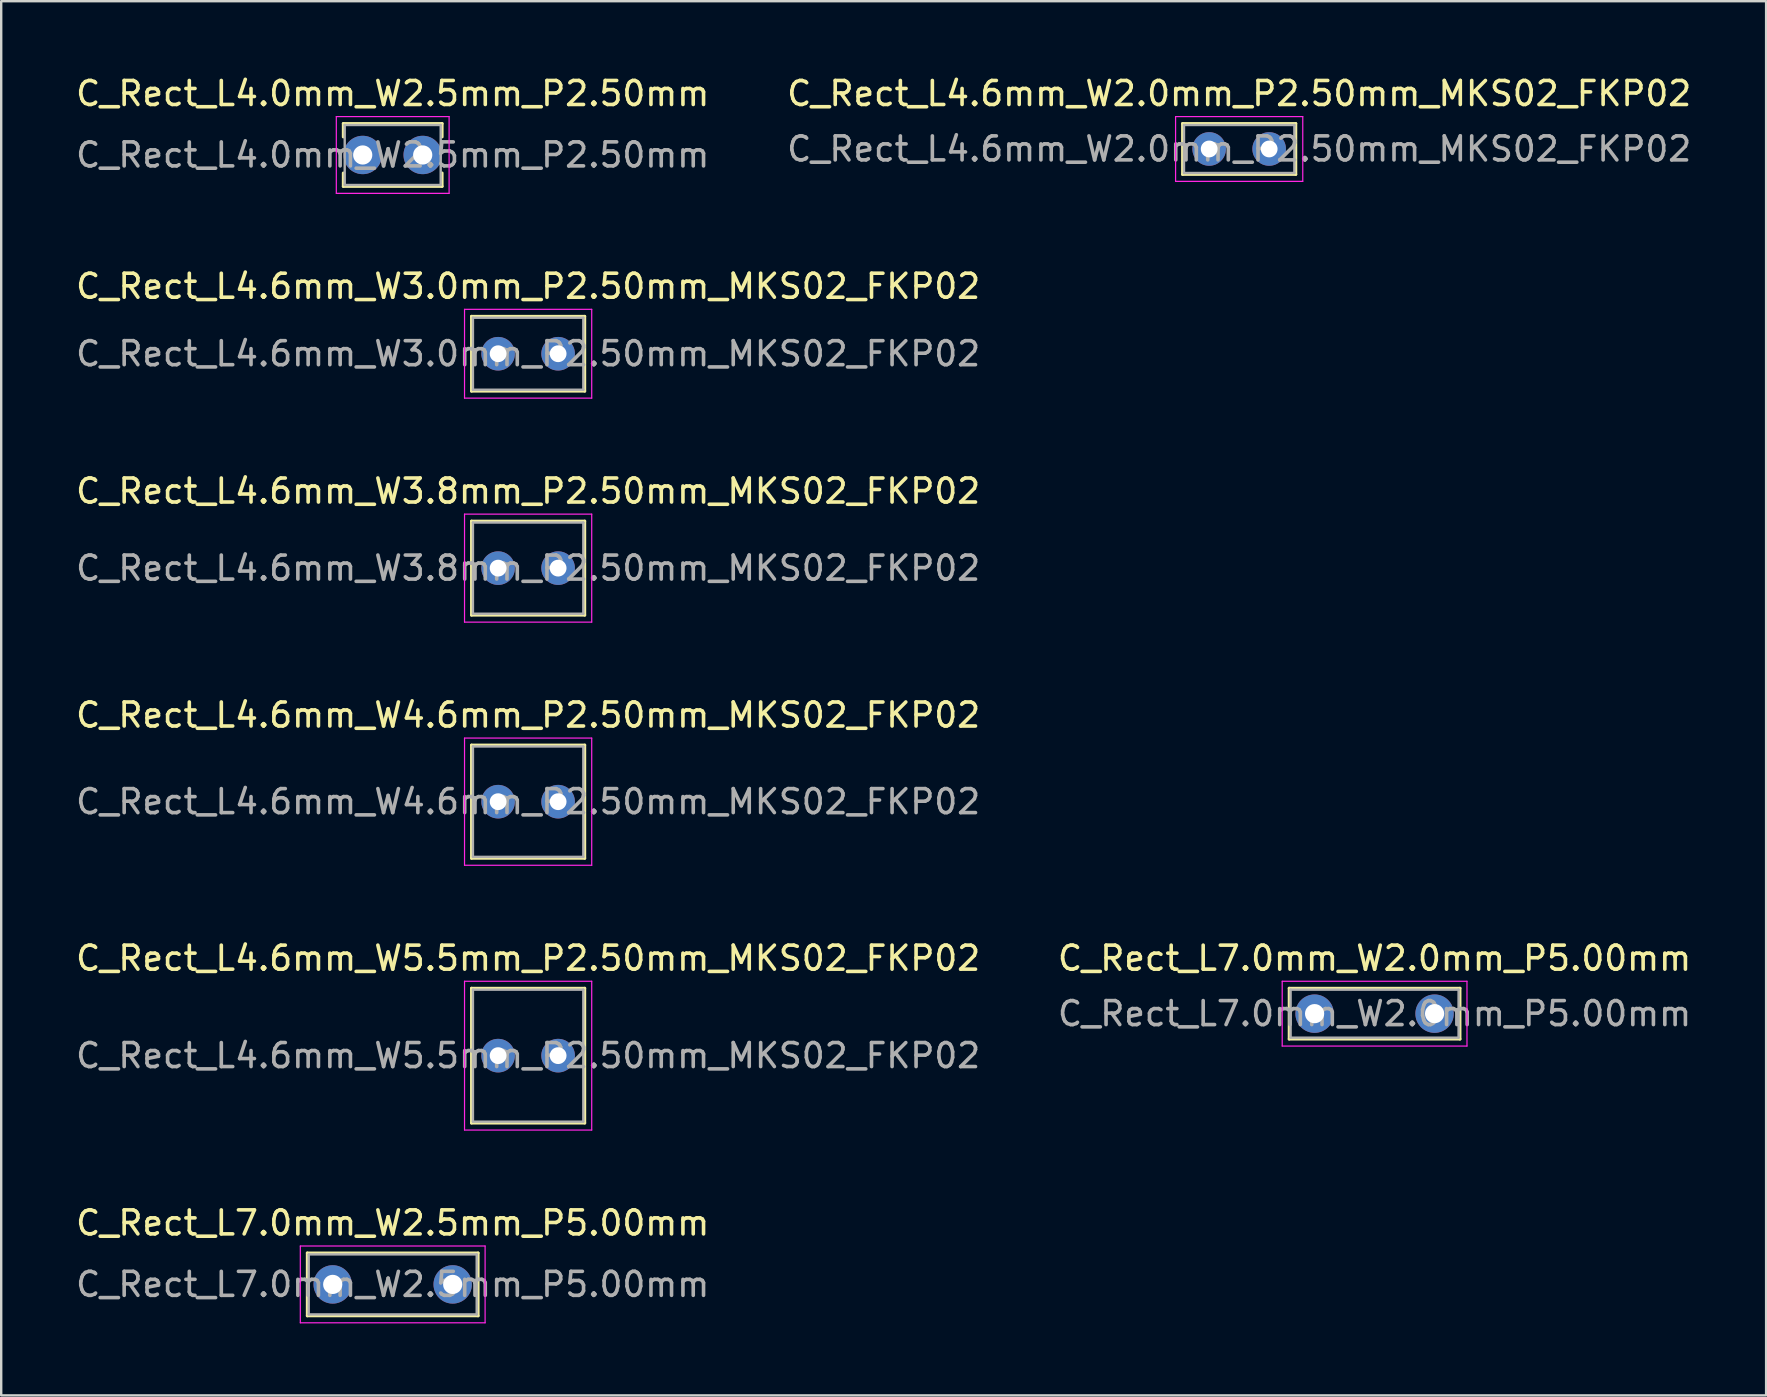
<source format=kicad_pcb>
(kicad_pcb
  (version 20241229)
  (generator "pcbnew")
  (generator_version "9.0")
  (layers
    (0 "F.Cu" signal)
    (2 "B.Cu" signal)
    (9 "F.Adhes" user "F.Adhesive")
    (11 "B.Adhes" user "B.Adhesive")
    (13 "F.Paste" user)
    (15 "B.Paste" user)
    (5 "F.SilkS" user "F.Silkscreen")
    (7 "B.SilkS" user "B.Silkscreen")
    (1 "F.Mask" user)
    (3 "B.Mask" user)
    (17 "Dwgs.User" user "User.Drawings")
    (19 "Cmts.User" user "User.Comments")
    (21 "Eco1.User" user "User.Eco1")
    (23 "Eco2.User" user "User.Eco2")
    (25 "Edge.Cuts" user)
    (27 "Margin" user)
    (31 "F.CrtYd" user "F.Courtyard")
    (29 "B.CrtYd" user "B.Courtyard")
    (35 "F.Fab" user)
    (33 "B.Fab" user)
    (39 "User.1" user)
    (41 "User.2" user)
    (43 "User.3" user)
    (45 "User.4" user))
  (footprint "C_Rect_L7.0mm_W2.0mm_P5.00mm"
    (layer "F.Cu")
    (at 51.732 39.191)
    (property "Reference" "C_Rect_L7.0mm_W2.0mm_P5.00mm" (at 2.5 -2.31 0) (layer "F.SilkS") (effects (font (size 1 1) (thickness 0.15))))
    (attr through_hole)
    (fp_line (start -1.06 -1.06) (end -1.06 1.06) (stroke (width 0.12) (type solid)) (layer "F.SilkS"))
    (fp_line (start -1.06 -1.06) (end 6.06 -1.06) (stroke (width 0.12) (type solid)) (layer "F.SilkS"))
    (fp_line (start -1.06 1.06) (end 6.06 1.06) (stroke (width 0.12) (type solid)) (layer "F.SilkS"))
    (fp_line (start 6.06 -1.06) (end 6.06 1.06) (stroke (width 0.12) (type solid)) (layer "F.SilkS"))
    (fp_line (start -1.35 -1.35) (end -1.35 1.35) (stroke (width 0.05) (type solid)) (layer "F.CrtYd"))
    (fp_line (start -1.35 1.35) (end 6.35 1.35) (stroke (width 0.05) (type solid)) (layer "F.CrtYd"))
    (fp_line (start 6.35 -1.35) (end -1.35 -1.35) (stroke (width 0.05) (type solid)) (layer "F.CrtYd"))
    (fp_line (start 6.35 1.35) (end 6.35 -1.35) (stroke (width 0.05) (type solid)) (layer "F.CrtYd"))
    (fp_line (start -1 -1) (end -1 1) (stroke (width 0.1) (type solid)) (layer "F.Fab"))
    (fp_line (start -1 1) (end 6 1) (stroke (width 0.1) (type solid)) (layer "F.Fab"))
    (fp_line (start 6 -1) (end -1 -1) (stroke (width 0.1) (type solid)) (layer "F.Fab"))
    (fp_line (start 6 1) (end 6 -1) (stroke (width 0.1) (type solid)) (layer "F.Fab"))
    (fp_text user "${REFERENCE}" (at 2.5 0 0) (layer "F.Fab") (effects (font (size 1 1) (thickness 0.15))))
    (pad "1" thru_hole circle (at 0 0) (size 1.6 1.6) (drill 0.8) (layers "*.Cu" "*.Mask"))
    (pad "2" thru_hole circle (at 5 0) (size 1.6 1.6) (drill 0.8) (layers "*.Cu" "*.Mask")))
  (footprint "C_Rect_L7.0mm_W2.5mm_P5.00mm"
    (layer "F.Cu")
    (at 10.815 50.474)
    (property "Reference" "C_Rect_L7.0mm_W2.5mm_P5.00mm" (at 2.5 -2.56 0) (layer "F.SilkS") (effects (font (size 1 1) (thickness 0.15))))
    (attr through_hole)
    (fp_line (start -1.06 -1.31) (end -1.06 1.31) (stroke (width 0.12) (type solid)) (layer "F.SilkS"))
    (fp_line (start -1.06 -1.31) (end 6.06 -1.31) (stroke (width 0.12) (type solid)) (layer "F.SilkS"))
    (fp_line (start -1.06 1.31) (end 6.06 1.31) (stroke (width 0.12) (type solid)) (layer "F.SilkS"))
    (fp_line (start 6.06 -1.31) (end 6.06 1.31) (stroke (width 0.12) (type solid)) (layer "F.SilkS"))
    (fp_line (start -1.35 -1.6) (end -1.35 1.6) (stroke (width 0.05) (type solid)) (layer "F.CrtYd"))
    (fp_line (start -1.35 1.6) (end 6.35 1.6) (stroke (width 0.05) (type solid)) (layer "F.CrtYd"))
    (fp_line (start 6.35 -1.6) (end -1.35 -1.6) (stroke (width 0.05) (type solid)) (layer "F.CrtYd"))
    (fp_line (start 6.35 1.6) (end 6.35 -1.6) (stroke (width 0.05) (type solid)) (layer "F.CrtYd"))
    (fp_line (start -1 -1.25) (end -1 1.25) (stroke (width 0.1) (type solid)) (layer "F.Fab"))
    (fp_line (start -1 1.25) (end 6 1.25) (stroke (width 0.1) (type solid)) (layer "F.Fab"))
    (fp_line (start 6 -1.25) (end -1 -1.25) (stroke (width 0.1) (type solid)) (layer "F.Fab"))
    (fp_line (start 6 1.25) (end 6 -1.25) (stroke (width 0.1) (type solid)) (layer "F.Fab"))
    (fp_text user "${REFERENCE}" (at 2.5 0 0) (layer "F.Fab") (effects (font (size 1 1) (thickness 0.15))))
    (pad "1" thru_hole circle (at 0 0) (size 1.6 1.6) (drill 0.8) (layers "*.Cu" "*.Mask"))
    (pad "2" thru_hole circle (at 5 0) (size 1.6 1.6) (drill 0.8) (layers "*.Cu" "*.Mask")))
  (footprint "C_Rect_L4.6mm_W3.8mm_P2.50mm_MKS02_FKP02"
    (layer "F.Cu")
    (at 17.708 20.625)
    (property "Reference" "C_Rect_L4.6mm_W3.8mm_P2.50mm_MKS02_FKP02" (at 1.25 -3.21 0) (layer "F.SilkS") (effects (font (size 1 1) (thickness 0.15))))
    (attr through_hole)
    (fp_line (start -1.11 -1.96) (end -1.11 1.96) (stroke (width 0.12) (type solid)) (layer "F.SilkS"))
    (fp_line (start -1.11 -1.96) (end 3.61 -1.96) (stroke (width 0.12) (type solid)) (layer "F.SilkS"))
    (fp_line (start -1.11 1.96) (end 3.61 1.96) (stroke (width 0.12) (type solid)) (layer "F.SilkS"))
    (fp_line (start 3.61 -1.96) (end 3.61 1.96) (stroke (width 0.12) (type solid)) (layer "F.SilkS"))
    (fp_line (start -1.4 -2.25) (end -1.4 2.25) (stroke (width 0.05) (type solid)) (layer "F.CrtYd"))
    (fp_line (start -1.4 2.25) (end 3.9 2.25) (stroke (width 0.05) (type solid)) (layer "F.CrtYd"))
    (fp_line (start 3.9 -2.25) (end -1.4 -2.25) (stroke (width 0.05) (type solid)) (layer "F.CrtYd"))
    (fp_line (start 3.9 2.25) (end 3.9 -2.25) (stroke (width 0.05) (type solid)) (layer "F.CrtYd"))
    (fp_line (start -1.05 -1.9) (end -1.05 1.9) (stroke (width 0.1) (type solid)) (layer "F.Fab"))
    (fp_line (start -1.05 1.9) (end 3.55 1.9) (stroke (width 0.1) (type solid)) (layer "F.Fab"))
    (fp_line (start 3.55 -1.9) (end -1.05 -1.9) (stroke (width 0.1) (type solid)) (layer "F.Fab"))
    (fp_line (start 3.55 1.9) (end 3.55 -1.9) (stroke (width 0.1) (type solid)) (layer "F.Fab"))
    (fp_text user "${REFERENCE}" (at 1.25 0 0) (layer "F.Fab") (effects (font (size 1 1) (thickness 0.15))))
    (pad "1" thru_hole circle (at 0 0) (size 1.4 1.4) (drill 0.7) (layers "*.Cu" "*.Mask"))
    (pad "2" thru_hole circle (at 2.5 0) (size 1.4 1.4) (drill 0.7) (layers "*.Cu" "*.Mask")))
  (footprint "C_Rect_L4.6mm_W3.0mm_P2.50mm_MKS02_FKP02"
    (layer "F.Cu")
    (at 17.708 11.691)
    (property "Reference" "C_Rect_L4.6mm_W3.0mm_P2.50mm_MKS02_FKP02" (at 1.25 -2.81 0) (layer "F.SilkS") (effects (font (size 1 1) (thickness 0.15))))
    (attr through_hole)
    (fp_line (start -1.11 -1.56) (end -1.11 1.56) (stroke (width 0.12) (type solid)) (layer "F.SilkS"))
    (fp_line (start -1.11 -1.56) (end 3.61 -1.56) (stroke (width 0.12) (type solid)) (layer "F.SilkS"))
    (fp_line (start -1.11 1.56) (end 3.61 1.56) (stroke (width 0.12) (type solid)) (layer "F.SilkS"))
    (fp_line (start 3.61 -1.56) (end 3.61 1.56) (stroke (width 0.12) (type solid)) (layer "F.SilkS"))
    (fp_line (start -1.4 -1.85) (end -1.4 1.85) (stroke (width 0.05) (type solid)) (layer "F.CrtYd"))
    (fp_line (start -1.4 1.85) (end 3.9 1.85) (stroke (width 0.05) (type solid)) (layer "F.CrtYd"))
    (fp_line (start 3.9 -1.85) (end -1.4 -1.85) (stroke (width 0.05) (type solid)) (layer "F.CrtYd"))
    (fp_line (start 3.9 1.85) (end 3.9 -1.85) (stroke (width 0.05) (type solid)) (layer "F.CrtYd"))
    (fp_line (start -1.05 -1.5) (end -1.05 1.5) (stroke (width 0.1) (type solid)) (layer "F.Fab"))
    (fp_line (start -1.05 1.5) (end 3.55 1.5) (stroke (width 0.1) (type solid)) (layer "F.Fab"))
    (fp_line (start 3.55 -1.5) (end -1.05 -1.5) (stroke (width 0.1) (type solid)) (layer "F.Fab"))
    (fp_line (start 3.55 1.5) (end 3.55 -1.5) (stroke (width 0.1) (type solid)) (layer "F.Fab"))
    (fp_text user "${REFERENCE}" (at 1.25 0 0) (layer "F.Fab") (effects (font (size 1 1) (thickness 0.15))))
    (pad "1" thru_hole circle (at 0 0) (size 1.4 1.4) (drill 0.7) (layers "*.Cu" "*.Mask"))
    (pad "2" thru_hole circle (at 2.5 0) (size 1.4 1.4) (drill 0.7) (layers "*.Cu" "*.Mask")))
  (footprint "C_Rect_L4.6mm_W4.6mm_P2.50mm_MKS02_FKP02"
    (layer "F.Cu")
    (at 17.708 30.358)
    (property "Reference" "C_Rect_L4.6mm_W4.6mm_P2.50mm_MKS02_FKP02" (at 1.25 -3.61 0) (layer "F.SilkS") (effects (font (size 1 1) (thickness 0.15))))
    (attr through_hole)
    (fp_line (start -1.11 -2.36) (end -1.11 2.36) (stroke (width 0.12) (type solid)) (layer "F.SilkS"))
    (fp_line (start -1.11 -2.36) (end 3.61 -2.36) (stroke (width 0.12) (type solid)) (layer "F.SilkS"))
    (fp_line (start -1.11 2.36) (end 3.61 2.36) (stroke (width 0.12) (type solid)) (layer "F.SilkS"))
    (fp_line (start 3.61 -2.36) (end 3.61 2.36) (stroke (width 0.12) (type solid)) (layer "F.SilkS"))
    (fp_line (start -1.4 -2.65) (end -1.4 2.65) (stroke (width 0.05) (type solid)) (layer "F.CrtYd"))
    (fp_line (start -1.4 2.65) (end 3.9 2.65) (stroke (width 0.05) (type solid)) (layer "F.CrtYd"))
    (fp_line (start 3.9 -2.65) (end -1.4 -2.65) (stroke (width 0.05) (type solid)) (layer "F.CrtYd"))
    (fp_line (start 3.9 2.65) (end 3.9 -2.65) (stroke (width 0.05) (type solid)) (layer "F.CrtYd"))
    (fp_line (start -1.05 -2.3) (end -1.05 2.3) (stroke (width 0.1) (type solid)) (layer "F.Fab"))
    (fp_line (start -1.05 2.3) (end 3.55 2.3) (stroke (width 0.1) (type solid)) (layer "F.Fab"))
    (fp_line (start 3.55 -2.3) (end -1.05 -2.3) (stroke (width 0.1) (type solid)) (layer "F.Fab"))
    (fp_line (start 3.55 2.3) (end 3.55 -2.3) (stroke (width 0.1) (type solid)) (layer "F.Fab"))
    (fp_text user "${REFERENCE}" (at 1.25 0 0) (layer "F.Fab") (effects (font (size 1 1) (thickness 0.15))))
    (pad "1" thru_hole circle (at 0 0) (size 1.4 1.4) (drill 0.7) (layers "*.Cu" "*.Mask"))
    (pad "2" thru_hole circle (at 2.5 0) (size 1.4 1.4) (drill 0.7) (layers "*.Cu" "*.Mask")))
  (footprint "C_Rect_L4.6mm_W5.5mm_P2.50mm_MKS02_FKP02"
    (layer "F.Cu")
    (at 17.708 40.941)
    (property "Reference" "C_Rect_L4.6mm_W5.5mm_P2.50mm_MKS02_FKP02" (at 1.25 -4.06 0) (layer "F.SilkS") (effects (font (size 1 1) (thickness 0.15))))
    (attr through_hole)
    (fp_line (start -1.11 -2.81) (end -1.11 2.81) (stroke (width 0.12) (type solid)) (layer "F.SilkS"))
    (fp_line (start -1.11 -2.81) (end 3.61 -2.81) (stroke (width 0.12) (type solid)) (layer "F.SilkS"))
    (fp_line (start -1.11 2.81) (end 3.61 2.81) (stroke (width 0.12) (type solid)) (layer "F.SilkS"))
    (fp_line (start 3.61 -2.81) (end 3.61 2.81) (stroke (width 0.12) (type solid)) (layer "F.SilkS"))
    (fp_line (start -1.4 -3.1) (end -1.4 3.1) (stroke (width 0.05) (type solid)) (layer "F.CrtYd"))
    (fp_line (start -1.4 3.1) (end 3.9 3.1) (stroke (width 0.05) (type solid)) (layer "F.CrtYd"))
    (fp_line (start 3.9 -3.1) (end -1.4 -3.1) (stroke (width 0.05) (type solid)) (layer "F.CrtYd"))
    (fp_line (start 3.9 3.1) (end 3.9 -3.1) (stroke (width 0.05) (type solid)) (layer "F.CrtYd"))
    (fp_line (start -1.05 -2.75) (end -1.05 2.75) (stroke (width 0.1) (type solid)) (layer "F.Fab"))
    (fp_line (start -1.05 2.75) (end 3.55 2.75) (stroke (width 0.1) (type solid)) (layer "F.Fab"))
    (fp_line (start 3.55 -2.75) (end -1.05 -2.75) (stroke (width 0.1) (type solid)) (layer "F.Fab"))
    (fp_line (start 3.55 2.75) (end 3.55 -2.75) (stroke (width 0.1) (type solid)) (layer "F.Fab"))
    (fp_text user "${REFERENCE}" (at 1.25 0 0) (layer "F.Fab") (effects (font (size 1 1) (thickness 0.15))))
    (pad "1" thru_hole circle (at 0 0) (size 1.4 1.4) (drill 0.7) (layers "*.Cu" "*.Mask"))
    (pad "2" thru_hole circle (at 2.5 0) (size 1.4 1.4) (drill 0.7) (layers "*.Cu" "*.Mask")))
  (footprint "C_Rect_L4.0mm_W2.5mm_P2.50mm"
    (layer "F.Cu")
    (at 12.065 3.408)
    (property "Reference" "C_Rect_L4.0mm_W2.5mm_P2.50mm" (at 1.25 -2.56 0) (layer "F.SilkS") (effects (font (size 1 1) (thickness 0.15))))
    (attr through_hole)
    (fp_line (start -0.81 -1.31) (end -0.81 -0.75) (stroke (width 0.12) (type solid)) (layer "F.SilkS"))
    (fp_line (start -0.81 -1.31) (end 3.31 -1.31) (stroke (width 0.12) (type solid)) (layer "F.SilkS"))
    (fp_line (start -0.81 0.75) (end -0.81 1.31) (stroke (width 0.12) (type solid)) (layer "F.SilkS"))
    (fp_line (start -0.81 1.31) (end 3.31 1.31) (stroke (width 0.12) (type solid)) (layer "F.SilkS"))
    (fp_line (start 3.31 -1.31) (end 3.31 -0.75) (stroke (width 0.12) (type solid)) (layer "F.SilkS"))
    (fp_line (start 3.31 0.75) (end 3.31 1.31) (stroke (width 0.12) (type solid)) (layer "F.SilkS"))
    (fp_line (start -1.1 -1.6) (end -1.1 1.6) (stroke (width 0.05) (type solid)) (layer "F.CrtYd"))
    (fp_line (start -1.1 1.6) (end 3.6 1.6) (stroke (width 0.05) (type solid)) (layer "F.CrtYd"))
    (fp_line (start 3.6 -1.6) (end -1.1 -1.6) (stroke (width 0.05) (type solid)) (layer "F.CrtYd"))
    (fp_line (start 3.6 1.6) (end 3.6 -1.6) (stroke (width 0.05) (type solid)) (layer "F.CrtYd"))
    (fp_line (start -0.75 -1.25) (end -0.75 1.25) (stroke (width 0.1) (type solid)) (layer "F.Fab"))
    (fp_line (start -0.75 1.25) (end 3.25 1.25) (stroke (width 0.1) (type solid)) (layer "F.Fab"))
    (fp_line (start 3.25 -1.25) (end -0.75 -1.25) (stroke (width 0.1) (type solid)) (layer "F.Fab"))
    (fp_line (start 3.25 1.25) (end 3.25 -1.25) (stroke (width 0.1) (type solid)) (layer "F.Fab"))
    (fp_text user "${REFERENCE}" (at 1.25 0 0) (layer "F.Fab") (effects (font (size 1 1) (thickness 0.15))))
    (pad "1" thru_hole circle (at 0 0) (size 1.6 1.6) (drill 0.8) (layers "*.Cu" "*.Mask"))
    (pad "2" thru_hole circle (at 2.5 0) (size 1.6 1.6) (drill 0.8) (layers "*.Cu" "*.Mask")))
  (footprint "C_Rect_L4.6mm_W2.0mm_P2.50mm_MKS02_FKP02"
    (layer "F.Cu")
    (at 47.339 3.158)
    (property "Reference" "C_Rect_L4.6mm_W2.0mm_P2.50mm_MKS02_FKP02" (at 1.25 -2.31 0) (layer "F.SilkS") (effects (font (size 1 1) (thickness 0.15))))
    (attr through_hole)
    (fp_line (start -1.11 -1.06) (end -1.11 1.06) (stroke (width 0.12) (type solid)) (layer "F.SilkS"))
    (fp_line (start -1.11 -1.06) (end 3.61 -1.06) (stroke (width 0.12) (type solid)) (layer "F.SilkS"))
    (fp_line (start -1.11 1.06) (end 3.61 1.06) (stroke (width 0.12) (type solid)) (layer "F.SilkS"))
    (fp_line (start 3.61 -1.06) (end 3.61 1.06) (stroke (width 0.12) (type solid)) (layer "F.SilkS"))
    (fp_line (start -1.4 -1.35) (end -1.4 1.35) (stroke (width 0.05) (type solid)) (layer "F.CrtYd"))
    (fp_line (start -1.4 1.35) (end 3.9 1.35) (stroke (width 0.05) (type solid)) (layer "F.CrtYd"))
    (fp_line (start 3.9 -1.35) (end -1.4 -1.35) (stroke (width 0.05) (type solid)) (layer "F.CrtYd"))
    (fp_line (start 3.9 1.35) (end 3.9 -1.35) (stroke (width 0.05) (type solid)) (layer "F.CrtYd"))
    (fp_line (start -1.05 -1) (end -1.05 1) (stroke (width 0.1) (type solid)) (layer "F.Fab"))
    (fp_line (start -1.05 1) (end 3.55 1) (stroke (width 0.1) (type solid)) (layer "F.Fab"))
    (fp_line (start 3.55 -1) (end -1.05 -1) (stroke (width 0.1) (type solid)) (layer "F.Fab"))
    (fp_line (start 3.55 1) (end 3.55 -1) (stroke (width 0.1) (type solid)) (layer "F.Fab"))
    (fp_text user "${REFERENCE}" (at 1.25 0 0) (layer "F.Fab") (effects (font (size 1 1) (thickness 0.15))))
    (pad "1" thru_hole circle (at 0 0) (size 1.4 1.4) (drill 0.7) (layers "*.Cu" "*.Mask"))
    (pad "2" thru_hole circle (at 2.5 0) (size 1.4 1.4) (drill 0.7) (layers "*.Cu" "*.Mask")))
  (gr_rect
    (start -3 -3)
    (end 70.548 55.099)
    (stroke (width 0.1) (type default))
    (fill no)
    (layer "Edge.Cuts")))
</source>
